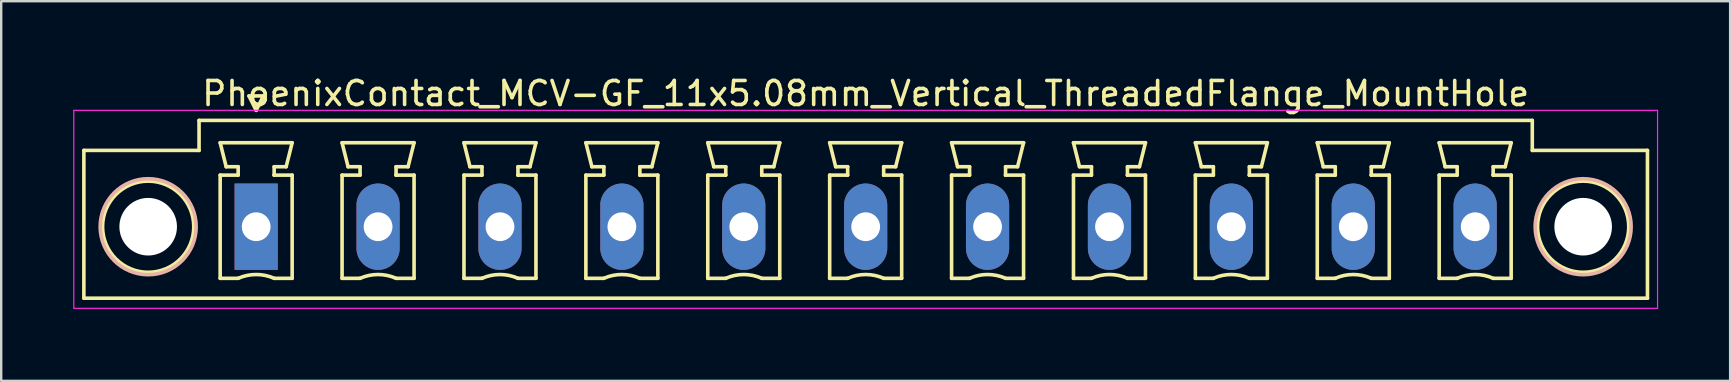
<source format=kicad_pcb>
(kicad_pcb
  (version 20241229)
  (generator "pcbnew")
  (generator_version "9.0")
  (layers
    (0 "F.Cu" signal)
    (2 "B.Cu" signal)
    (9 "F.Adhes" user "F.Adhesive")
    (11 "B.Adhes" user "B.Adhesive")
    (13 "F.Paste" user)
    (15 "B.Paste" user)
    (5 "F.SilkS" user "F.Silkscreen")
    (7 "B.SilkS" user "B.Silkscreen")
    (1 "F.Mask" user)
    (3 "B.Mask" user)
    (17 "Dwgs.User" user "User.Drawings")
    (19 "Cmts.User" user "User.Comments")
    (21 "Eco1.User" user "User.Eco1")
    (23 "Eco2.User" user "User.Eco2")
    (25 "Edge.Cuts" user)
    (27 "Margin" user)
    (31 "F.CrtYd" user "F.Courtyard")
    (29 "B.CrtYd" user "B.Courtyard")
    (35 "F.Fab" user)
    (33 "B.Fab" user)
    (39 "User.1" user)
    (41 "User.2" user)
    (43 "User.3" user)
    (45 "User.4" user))
  (footprint "PhoenixContact_MCV-GF_11x5.08mm_Vertical_ThreadedFlange_MountHole"
    (layer "F.Cu")
    (at 7.625 6.398)
    (property "Reference" "PhoenixContact_MCV-GF_11x5.08mm_Vertical_ThreadedFlange_MountHole" (at 25.4 -5.55 0) (layer "F.SilkS") (effects (font (size 1 1) (thickness 0.15))))
    (attr through_hole)
    (fp_line (start -7.18 -3.18) (end -7.18 2.98) (stroke (width 0.15) (type solid)) (layer "F.SilkS"))
    (fp_line (start -7.18 2.98) (end 57.98 2.98) (stroke (width 0.15) (type solid)) (layer "F.SilkS"))
    (fp_line (start -2.38 -4.43) (end -2.38 -3.18) (stroke (width 0.15) (type solid)) (layer "F.SilkS"))
    (fp_line (start -2.38 -3.18) (end -7.18 -3.18) (stroke (width 0.15) (type solid)) (layer "F.SilkS"))
    (fp_line (start -1.5 -3.5) (end 1.5 -3.5) (stroke (width 0.15) (type solid)) (layer "F.SilkS"))
    (fp_line (start -1.5 -2.15) (end -0.75 -2.15) (stroke (width 0.15) (type solid)) (layer "F.SilkS"))
    (fp_line (start -1.5 2.15) (end -1.5 -2.15) (stroke (width 0.15) (type solid)) (layer "F.SilkS"))
    (fp_line (start -1.25 -2.5) (end -1.5 -3.5) (stroke (width 0.15) (type solid)) (layer "F.SilkS"))
    (fp_line (start -0.75 -2.5) (end -1.25 -2.5) (stroke (width 0.15) (type solid)) (layer "F.SilkS"))
    (fp_line (start -0.75 -2.15) (end -0.75 -2.5) (stroke (width 0.15) (type solid)) (layer "F.SilkS"))
    (fp_line (start -0.75 2.15) (end -1.5 2.15) (stroke (width 0.15) (type solid)) (layer "F.SilkS"))
    (fp_line (start -0.3 -5.45) (end 0 -4.85) (stroke (width 0.15) (type solid)) (layer "F.SilkS"))
    (fp_line (start 0 -4.85) (end 0.3 -5.45) (stroke (width 0.15) (type solid)) (layer "F.SilkS"))
    (fp_line (start 0.3 -5.45) (end -0.3 -5.45) (stroke (width 0.15) (type solid)) (layer "F.SilkS"))
    (fp_line (start 0.75 -2.5) (end 0.75 -2.15) (stroke (width 0.15) (type solid)) (layer "F.SilkS"))
    (fp_line (start 0.75 -2.15) (end 0.75 -2.15) (stroke (width 0.15) (type solid)) (layer "F.SilkS"))
    (fp_line (start 0.75 -2.15) (end 1.5 -2.15) (stroke (width 0.15) (type solid)) (layer "F.SilkS"))
    (fp_line (start 1.25 -2.5) (end 0.75 -2.5) (stroke (width 0.15) (type solid)) (layer "F.SilkS"))
    (fp_line (start 1.5 -3.5) (end 1.25 -2.5) (stroke (width 0.15) (type solid)) (layer "F.SilkS"))
    (fp_line (start 1.5 -2.15) (end 1.5 2.15) (stroke (width 0.15) (type solid)) (layer "F.SilkS"))
    (fp_line (start 1.5 2.15) (end 0.75 2.15) (stroke (width 0.15) (type solid)) (layer "F.SilkS"))
    (fp_line (start 3.58 -3.5) (end 6.58 -3.5) (stroke (width 0.15) (type solid)) (layer "F.SilkS"))
    (fp_line (start 3.58 -2.15) (end 4.33 -2.15) (stroke (width 0.15) (type solid)) (layer "F.SilkS"))
    (fp_line (start 3.58 2.15) (end 3.58 -2.15) (stroke (width 0.15) (type solid)) (layer "F.SilkS"))
    (fp_line (start 3.83 -2.5) (end 3.58 -3.5) (stroke (width 0.15) (type solid)) (layer "F.SilkS"))
    (fp_line (start 4.33 -2.5) (end 3.83 -2.5) (stroke (width 0.15) (type solid)) (layer "F.SilkS"))
    (fp_line (start 4.33 -2.15) (end 4.33 -2.5) (stroke (width 0.15) (type solid)) (layer "F.SilkS"))
    (fp_line (start 4.33 2.15) (end 3.58 2.15) (stroke (width 0.15) (type solid)) (layer "F.SilkS"))
    (fp_line (start 5.83 -2.5) (end 5.83 -2.15) (stroke (width 0.15) (type solid)) (layer "F.SilkS"))
    (fp_line (start 5.83 -2.15) (end 5.83 -2.15) (stroke (width 0.15) (type solid)) (layer "F.SilkS"))
    (fp_line (start 5.83 -2.15) (end 6.58 -2.15) (stroke (width 0.15) (type solid)) (layer "F.SilkS"))
    (fp_line (start 6.33 -2.5) (end 5.83 -2.5) (stroke (width 0.15) (type solid)) (layer "F.SilkS"))
    (fp_line (start 6.58 -3.5) (end 6.33 -2.5) (stroke (width 0.15) (type solid)) (layer "F.SilkS"))
    (fp_line (start 6.58 -2.15) (end 6.58 2.15) (stroke (width 0.15) (type solid)) (layer "F.SilkS"))
    (fp_line (start 6.58 2.15) (end 5.83 2.15) (stroke (width 0.15) (type solid)) (layer "F.SilkS"))
    (fp_line (start 8.66 -3.5) (end 11.66 -3.5) (stroke (width 0.15) (type solid)) (layer "F.SilkS"))
    (fp_line (start 8.66 -2.15) (end 9.41 -2.15) (stroke (width 0.15) (type solid)) (layer "F.SilkS"))
    (fp_line (start 8.66 2.15) (end 8.66 -2.15) (stroke (width 0.15) (type solid)) (layer "F.SilkS"))
    (fp_line (start 8.91 -2.5) (end 8.66 -3.5) (stroke (width 0.15) (type solid)) (layer "F.SilkS"))
    (fp_line (start 9.41 -2.5) (end 8.91 -2.5) (stroke (width 0.15) (type solid)) (layer "F.SilkS"))
    (fp_line (start 9.41 -2.15) (end 9.41 -2.5) (stroke (width 0.15) (type solid)) (layer "F.SilkS"))
    (fp_line (start 9.41 2.15) (end 8.66 2.15) (stroke (width 0.15) (type solid)) (layer "F.SilkS"))
    (fp_line (start 10.91 -2.5) (end 10.91 -2.15) (stroke (width 0.15) (type solid)) (layer "F.SilkS"))
    (fp_line (start 10.91 -2.15) (end 10.91 -2.15) (stroke (width 0.15) (type solid)) (layer "F.SilkS"))
    (fp_line (start 10.91 -2.15) (end 11.66 -2.15) (stroke (width 0.15) (type solid)) (layer "F.SilkS"))
    (fp_line (start 11.41 -2.5) (end 10.91 -2.5) (stroke (width 0.15) (type solid)) (layer "F.SilkS"))
    (fp_line (start 11.66 -3.5) (end 11.41 -2.5) (stroke (width 0.15) (type solid)) (layer "F.SilkS"))
    (fp_line (start 11.66 -2.15) (end 11.66 2.15) (stroke (width 0.15) (type solid)) (layer "F.SilkS"))
    (fp_line (start 11.66 2.15) (end 10.91 2.15) (stroke (width 0.15) (type solid)) (layer "F.SilkS"))
    (fp_line (start 13.74 -3.5) (end 16.74 -3.5) (stroke (width 0.15) (type solid)) (layer "F.SilkS"))
    (fp_line (start 13.74 -2.15) (end 14.49 -2.15) (stroke (width 0.15) (type solid)) (layer "F.SilkS"))
    (fp_line (start 13.74 2.15) (end 13.74 -2.15) (stroke (width 0.15) (type solid)) (layer "F.SilkS"))
    (fp_line (start 13.99 -2.5) (end 13.74 -3.5) (stroke (width 0.15) (type solid)) (layer "F.SilkS"))
    (fp_line (start 14.49 -2.5) (end 13.99 -2.5) (stroke (width 0.15) (type solid)) (layer "F.SilkS"))
    (fp_line (start 14.49 -2.15) (end 14.49 -2.5) (stroke (width 0.15) (type solid)) (layer "F.SilkS"))
    (fp_line (start 14.49 2.15) (end 13.74 2.15) (stroke (width 0.15) (type solid)) (layer "F.SilkS"))
    (fp_line (start 15.99 -2.5) (end 15.99 -2.15) (stroke (width 0.15) (type solid)) (layer "F.SilkS"))
    (fp_line (start 15.99 -2.15) (end 15.99 -2.15) (stroke (width 0.15) (type solid)) (layer "F.SilkS"))
    (fp_line (start 15.99 -2.15) (end 16.74 -2.15) (stroke (width 0.15) (type solid)) (layer "F.SilkS"))
    (fp_line (start 16.49 -2.5) (end 15.99 -2.5) (stroke (width 0.15) (type solid)) (layer "F.SilkS"))
    (fp_line (start 16.74 -3.5) (end 16.49 -2.5) (stroke (width 0.15) (type solid)) (layer "F.SilkS"))
    (fp_line (start 16.74 -2.15) (end 16.74 2.15) (stroke (width 0.15) (type solid)) (layer "F.SilkS"))
    (fp_line (start 16.74 2.15) (end 15.99 2.15) (stroke (width 0.15) (type solid)) (layer "F.SilkS"))
    (fp_line (start 18.82 -3.5) (end 21.82 -3.5) (stroke (width 0.15) (type solid)) (layer "F.SilkS"))
    (fp_line (start 18.82 -2.15) (end 19.57 -2.15) (stroke (width 0.15) (type solid)) (layer "F.SilkS"))
    (fp_line (start 18.82 2.15) (end 18.82 -2.15) (stroke (width 0.15) (type solid)) (layer "F.SilkS"))
    (fp_line (start 19.07 -2.5) (end 18.82 -3.5) (stroke (width 0.15) (type solid)) (layer "F.SilkS"))
    (fp_line (start 19.57 -2.5) (end 19.07 -2.5) (stroke (width 0.15) (type solid)) (layer "F.SilkS"))
    (fp_line (start 19.57 -2.15) (end 19.57 -2.5) (stroke (width 0.15) (type solid)) (layer "F.SilkS"))
    (fp_line (start 19.57 2.15) (end 18.82 2.15) (stroke (width 0.15) (type solid)) (layer "F.SilkS"))
    (fp_line (start 21.07 -2.5) (end 21.07 -2.15) (stroke (width 0.15) (type solid)) (layer "F.SilkS"))
    (fp_line (start 21.07 -2.15) (end 21.07 -2.15) (stroke (width 0.15) (type solid)) (layer "F.SilkS"))
    (fp_line (start 21.07 -2.15) (end 21.82 -2.15) (stroke (width 0.15) (type solid)) (layer "F.SilkS"))
    (fp_line (start 21.57 -2.5) (end 21.07 -2.5) (stroke (width 0.15) (type solid)) (layer "F.SilkS"))
    (fp_line (start 21.82 -3.5) (end 21.57 -2.5) (stroke (width 0.15) (type solid)) (layer "F.SilkS"))
    (fp_line (start 21.82 -2.15) (end 21.82 2.15) (stroke (width 0.15) (type solid)) (layer "F.SilkS"))
    (fp_line (start 21.82 2.15) (end 21.07 2.15) (stroke (width 0.15) (type solid)) (layer "F.SilkS"))
    (fp_line (start 23.9 -3.5) (end 26.9 -3.5) (stroke (width 0.15) (type solid)) (layer "F.SilkS"))
    (fp_line (start 23.9 -2.15) (end 24.65 -2.15) (stroke (width 0.15) (type solid)) (layer "F.SilkS"))
    (fp_line (start 23.9 2.15) (end 23.9 -2.15) (stroke (width 0.15) (type solid)) (layer "F.SilkS"))
    (fp_line (start 24.15 -2.5) (end 23.9 -3.5) (stroke (width 0.15) (type solid)) (layer "F.SilkS"))
    (fp_line (start 24.65 -2.5) (end 24.15 -2.5) (stroke (width 0.15) (type solid)) (layer "F.SilkS"))
    (fp_line (start 24.65 -2.15) (end 24.65 -2.5) (stroke (width 0.15) (type solid)) (layer "F.SilkS"))
    (fp_line (start 24.65 2.15) (end 23.9 2.15) (stroke (width 0.15) (type solid)) (layer "F.SilkS"))
    (fp_line (start 26.15 -2.5) (end 26.15 -2.15) (stroke (width 0.15) (type solid)) (layer "F.SilkS"))
    (fp_line (start 26.15 -2.15) (end 26.15 -2.15) (stroke (width 0.15) (type solid)) (layer "F.SilkS"))
    (fp_line (start 26.15 -2.15) (end 26.9 -2.15) (stroke (width 0.15) (type solid)) (layer "F.SilkS"))
    (fp_line (start 26.65 -2.5) (end 26.15 -2.5) (stroke (width 0.15) (type solid)) (layer "F.SilkS"))
    (fp_line (start 26.9 -3.5) (end 26.65 -2.5) (stroke (width 0.15) (type solid)) (layer "F.SilkS"))
    (fp_line (start 26.9 -2.15) (end 26.9 2.15) (stroke (width 0.15) (type solid)) (layer "F.SilkS"))
    (fp_line (start 26.9 2.15) (end 26.15 2.15) (stroke (width 0.15) (type solid)) (layer "F.SilkS"))
    (fp_line (start 28.98 -3.5) (end 31.98 -3.5) (stroke (width 0.15) (type solid)) (layer "F.SilkS"))
    (fp_line (start 28.98 -2.15) (end 29.73 -2.15) (stroke (width 0.15) (type solid)) (layer "F.SilkS"))
    (fp_line (start 28.98 2.15) (end 28.98 -2.15) (stroke (width 0.15) (type solid)) (layer "F.SilkS"))
    (fp_line (start 29.23 -2.5) (end 28.98 -3.5) (stroke (width 0.15) (type solid)) (layer "F.SilkS"))
    (fp_line (start 29.73 -2.5) (end 29.23 -2.5) (stroke (width 0.15) (type solid)) (layer "F.SilkS"))
    (fp_line (start 29.73 -2.15) (end 29.73 -2.5) (stroke (width 0.15) (type solid)) (layer "F.SilkS"))
    (fp_line (start 29.73 2.15) (end 28.98 2.15) (stroke (width 0.15) (type solid)) (layer "F.SilkS"))
    (fp_line (start 31.23 -2.5) (end 31.23 -2.15) (stroke (width 0.15) (type solid)) (layer "F.SilkS"))
    (fp_line (start 31.23 -2.15) (end 31.23 -2.15) (stroke (width 0.15) (type solid)) (layer "F.SilkS"))
    (fp_line (start 31.23 -2.15) (end 31.98 -2.15) (stroke (width 0.15) (type solid)) (layer "F.SilkS"))
    (fp_line (start 31.73 -2.5) (end 31.23 -2.5) (stroke (width 0.15) (type solid)) (layer "F.SilkS"))
    (fp_line (start 31.98 -3.5) (end 31.73 -2.5) (stroke (width 0.15) (type solid)) (layer "F.SilkS"))
    (fp_line (start 31.98 -2.15) (end 31.98 2.15) (stroke (width 0.15) (type solid)) (layer "F.SilkS"))
    (fp_line (start 31.98 2.15) (end 31.23 2.15) (stroke (width 0.15) (type solid)) (layer "F.SilkS"))
    (fp_line (start 34.06 -3.5) (end 37.06 -3.5) (stroke (width 0.15) (type solid)) (layer "F.SilkS"))
    (fp_line (start 34.06 -2.15) (end 34.81 -2.15) (stroke (width 0.15) (type solid)) (layer "F.SilkS"))
    (fp_line (start 34.06 2.15) (end 34.06 -2.15) (stroke (width 0.15) (type solid)) (layer "F.SilkS"))
    (fp_line (start 34.31 -2.5) (end 34.06 -3.5) (stroke (width 0.15) (type solid)) (layer "F.SilkS"))
    (fp_line (start 34.81 -2.5) (end 34.31 -2.5) (stroke (width 0.15) (type solid)) (layer "F.SilkS"))
    (fp_line (start 34.81 -2.15) (end 34.81 -2.5) (stroke (width 0.15) (type solid)) (layer "F.SilkS"))
    (fp_line (start 34.81 2.15) (end 34.06 2.15) (stroke (width 0.15) (type solid)) (layer "F.SilkS"))
    (fp_line (start 36.31 -2.5) (end 36.31 -2.15) (stroke (width 0.15) (type solid)) (layer "F.SilkS"))
    (fp_line (start 36.31 -2.15) (end 36.31 -2.15) (stroke (width 0.15) (type solid)) (layer "F.SilkS"))
    (fp_line (start 36.31 -2.15) (end 37.06 -2.15) (stroke (width 0.15) (type solid)) (layer "F.SilkS"))
    (fp_line (start 36.81 -2.5) (end 36.31 -2.5) (stroke (width 0.15) (type solid)) (layer "F.SilkS"))
    (fp_line (start 37.06 -3.5) (end 36.81 -2.5) (stroke (width 0.15) (type solid)) (layer "F.SilkS"))
    (fp_line (start 37.06 -2.15) (end 37.06 2.15) (stroke (width 0.15) (type solid)) (layer "F.SilkS"))
    (fp_line (start 37.06 2.15) (end 36.31 2.15) (stroke (width 0.15) (type solid)) (layer "F.SilkS"))
    (fp_line (start 39.14 -3.5) (end 42.14 -3.5) (stroke (width 0.15) (type solid)) (layer "F.SilkS"))
    (fp_line (start 39.14 -2.15) (end 39.89 -2.15) (stroke (width 0.15) (type solid)) (layer "F.SilkS"))
    (fp_line (start 39.14 2.15) (end 39.14 -2.15) (stroke (width 0.15) (type solid)) (layer "F.SilkS"))
    (fp_line (start 39.39 -2.5) (end 39.14 -3.5) (stroke (width 0.15) (type solid)) (layer "F.SilkS"))
    (fp_line (start 39.89 -2.5) (end 39.39 -2.5) (stroke (width 0.15) (type solid)) (layer "F.SilkS"))
    (fp_line (start 39.89 -2.15) (end 39.89 -2.5) (stroke (width 0.15) (type solid)) (layer "F.SilkS"))
    (fp_line (start 39.89 2.15) (end 39.14 2.15) (stroke (width 0.15) (type solid)) (layer "F.SilkS"))
    (fp_line (start 41.39 -2.5) (end 41.39 -2.15) (stroke (width 0.15) (type solid)) (layer "F.SilkS"))
    (fp_line (start 41.39 -2.15) (end 41.39 -2.15) (stroke (width 0.15) (type solid)) (layer "F.SilkS"))
    (fp_line (start 41.39 -2.15) (end 42.14 -2.15) (stroke (width 0.15) (type solid)) (layer "F.SilkS"))
    (fp_line (start 41.89 -2.5) (end 41.39 -2.5) (stroke (width 0.15) (type solid)) (layer "F.SilkS"))
    (fp_line (start 42.14 -3.5) (end 41.89 -2.5) (stroke (width 0.15) (type solid)) (layer "F.SilkS"))
    (fp_line (start 42.14 -2.15) (end 42.14 2.15) (stroke (width 0.15) (type solid)) (layer "F.SilkS"))
    (fp_line (start 42.14 2.15) (end 41.39 2.15) (stroke (width 0.15) (type solid)) (layer "F.SilkS"))
    (fp_line (start 44.22 -3.5) (end 47.22 -3.5) (stroke (width 0.15) (type solid)) (layer "F.SilkS"))
    (fp_line (start 44.22 -2.15) (end 44.97 -2.15) (stroke (width 0.15) (type solid)) (layer "F.SilkS"))
    (fp_line (start 44.22 2.15) (end 44.22 -2.15) (stroke (width 0.15) (type solid)) (layer "F.SilkS"))
    (fp_line (start 44.47 -2.5) (end 44.22 -3.5) (stroke (width 0.15) (type solid)) (layer "F.SilkS"))
    (fp_line (start 44.97 -2.5) (end 44.47 -2.5) (stroke (width 0.15) (type solid)) (layer "F.SilkS"))
    (fp_line (start 44.97 -2.15) (end 44.97 -2.5) (stroke (width 0.15) (type solid)) (layer "F.SilkS"))
    (fp_line (start 44.97 2.15) (end 44.22 2.15) (stroke (width 0.15) (type solid)) (layer "F.SilkS"))
    (fp_line (start 46.47 -2.5) (end 46.47 -2.15) (stroke (width 0.15) (type solid)) (layer "F.SilkS"))
    (fp_line (start 46.47 -2.15) (end 46.47 -2.15) (stroke (width 0.15) (type solid)) (layer "F.SilkS"))
    (fp_line (start 46.47 -2.15) (end 47.22 -2.15) (stroke (width 0.15) (type solid)) (layer "F.SilkS"))
    (fp_line (start 46.97 -2.5) (end 46.47 -2.5) (stroke (width 0.15) (type solid)) (layer "F.SilkS"))
    (fp_line (start 47.22 -3.5) (end 46.97 -2.5) (stroke (width 0.15) (type solid)) (layer "F.SilkS"))
    (fp_line (start 47.22 -2.15) (end 47.22 2.15) (stroke (width 0.15) (type solid)) (layer "F.SilkS"))
    (fp_line (start 47.22 2.15) (end 46.47 2.15) (stroke (width 0.15) (type solid)) (layer "F.SilkS"))
    (fp_line (start 49.3 -3.5) (end 52.3 -3.5) (stroke (width 0.15) (type solid)) (layer "F.SilkS"))
    (fp_line (start 49.3 -2.15) (end 50.05 -2.15) (stroke (width 0.15) (type solid)) (layer "F.SilkS"))
    (fp_line (start 49.3 2.15) (end 49.3 -2.15) (stroke (width 0.15) (type solid)) (layer "F.SilkS"))
    (fp_line (start 49.55 -2.5) (end 49.3 -3.5) (stroke (width 0.15) (type solid)) (layer "F.SilkS"))
    (fp_line (start 50.05 -2.5) (end 49.55 -2.5) (stroke (width 0.15) (type solid)) (layer "F.SilkS"))
    (fp_line (start 50.05 -2.15) (end 50.05 -2.5) (stroke (width 0.15) (type solid)) (layer "F.SilkS"))
    (fp_line (start 50.05 2.15) (end 49.3 2.15) (stroke (width 0.15) (type solid)) (layer "F.SilkS"))
    (fp_line (start 51.55 -2.5) (end 51.55 -2.15) (stroke (width 0.15) (type solid)) (layer "F.SilkS"))
    (fp_line (start 51.55 -2.15) (end 51.55 -2.15) (stroke (width 0.15) (type solid)) (layer "F.SilkS"))
    (fp_line (start 51.55 -2.15) (end 52.3 -2.15) (stroke (width 0.15) (type solid)) (layer "F.SilkS"))
    (fp_line (start 52.05 -2.5) (end 51.55 -2.5) (stroke (width 0.15) (type solid)) (layer "F.SilkS"))
    (fp_line (start 52.3 -3.5) (end 52.05 -2.5) (stroke (width 0.15) (type solid)) (layer "F.SilkS"))
    (fp_line (start 52.3 -2.15) (end 52.3 2.15) (stroke (width 0.15) (type solid)) (layer "F.SilkS"))
    (fp_line (start 52.3 2.15) (end 51.55 2.15) (stroke (width 0.15) (type solid)) (layer "F.SilkS"))
    (fp_line (start 53.18 -4.43) (end -2.38 -4.43) (stroke (width 0.15) (type solid)) (layer "F.SilkS"))
    (fp_line (start 53.18 -3.18) (end 53.18 -4.43) (stroke (width 0.15) (type solid)) (layer "F.SilkS"))
    (fp_line (start 57.98 -3.18) (end 53.18 -3.18) (stroke (width 0.15) (type solid)) (layer "F.SilkS"))
    (fp_line (start 57.98 2.98) (end 57.98 -3.18) (stroke (width 0.15) (type solid)) (layer "F.SilkS"))
    (fp_arc (start -0.75 2.15) (mid -0.000193 1.99191) (end 0.749647 2.149844) (stroke (width 0.15) (type solid)) (layer "F.SilkS"))
    (fp_arc (start 4.33 2.15) (mid 5.079807 1.99191) (end 5.829647 2.149844) (stroke (width 0.15) (type solid)) (layer "F.SilkS"))
    (fp_arc (start 9.41 2.15) (mid 10.159807 1.99191) (end 10.909647 2.149844) (stroke (width 0.15) (type solid)) (layer "F.SilkS"))
    (fp_arc (start 14.49 2.15) (mid 15.239807 1.99191) (end 15.989647 2.149844) (stroke (width 0.15) (type solid)) (layer "F.SilkS"))
    (fp_arc (start 19.57 2.15) (mid 20.319807 1.99191) (end 21.069647 2.149844) (stroke (width 0.15) (type solid)) (layer "F.SilkS"))
    (fp_arc (start 24.65 2.15) (mid 25.399807 1.99191) (end 26.149647 2.149844) (stroke (width 0.15) (type solid)) (layer "F.SilkS"))
    (fp_arc (start 29.73 2.15) (mid 30.479807 1.99191) (end 31.229647 2.149844) (stroke (width 0.15) (type solid)) (layer "F.SilkS"))
    (fp_arc (start 34.81 2.15) (mid 35.559807 1.99191) (end 36.309647 2.149844) (stroke (width 0.15) (type solid)) (layer "F.SilkS"))
    (fp_arc (start 39.89 2.15) (mid 40.639807 1.99191) (end 41.389647 2.149844) (stroke (width 0.15) (type solid)) (layer "F.SilkS"))
    (fp_arc (start 44.97 2.15) (mid 45.719807 1.99191) (end 46.469647 2.149844) (stroke (width 0.15) (type solid)) (layer "F.SilkS"))
    (fp_arc (start 50.05 2.15) (mid 50.799807 1.99191) (end 51.549647 2.149844) (stroke (width 0.15) (type solid)) (layer "F.SilkS"))
    (fp_circle (center -4.5 0) (end -2.6 0) (stroke (width 0.15) (type solid)) (fill no) (layer "F.SilkS"))
    (fp_circle (center 55.3 0) (end 57.2 0) (stroke (width 0.15) (type solid)) (fill no) (layer "F.SilkS"))
    (fp_circle (center -4.5 0) (end -2.5 0) (stroke (width 0.15) (type solid)) (fill no) (layer "B.SilkS"))
    (fp_circle (center 55.3 0) (end 57.3 0) (stroke (width 0.15) (type solid)) (fill no) (layer "B.SilkS"))
    (fp_line (start -7.6 -4.85) (end -7.6 3.4) (stroke (width 0.05) (type solid)) (layer "F.CrtYd"))
    (fp_line (start -7.6 3.4) (end 58.4 3.4) (stroke (width 0.05) (type solid)) (layer "F.CrtYd"))
    (fp_line (start 58.4 -4.85) (end -7.6 -4.85) (stroke (width 0.05) (type solid)) (layer "F.CrtYd"))
    (fp_line (start 58.4 3.4) (end 58.4 -4.85) (stroke (width 0.05) (type solid)) (layer "F.CrtYd"))
    (pad "" np_thru_hole circle (at -4.5 0) (size 2.4 2.4) (drill 2.4) (layers "*.Cu" "*.Mask"))
    (pad "" np_thru_hole circle (at 55.3 0) (size 2.4 2.4) (drill 2.4) (layers "*.Cu" "*.Mask"))
    (pad "1" thru_hole rect (at 0 0) (size 1.8 3.6) (drill 1.2) (layers "*.Cu" "*.Mask"))
    (pad "2" thru_hole oval (at 5.08 0) (size 1.8 3.6) (drill 1.2) (layers "*.Cu" "*.Mask"))
    (pad "3" thru_hole oval (at 10.16 0) (size 1.8 3.6) (drill 1.2) (layers "*.Cu" "*.Mask"))
    (pad "4" thru_hole oval (at 15.24 0) (size 1.8 3.6) (drill 1.2) (layers "*.Cu" "*.Mask"))
    (pad "5" thru_hole oval (at 20.32 0) (size 1.8 3.6) (drill 1.2) (layers "*.Cu" "*.Mask"))
    (pad "6" thru_hole oval (at 25.4 0) (size 1.8 3.6) (drill 1.2) (layers "*.Cu" "*.Mask"))
    (pad "7" thru_hole oval (at 30.48 0) (size 1.8 3.6) (drill 1.2) (layers "*.Cu" "*.Mask"))
    (pad "8" thru_hole oval (at 35.56 0) (size 1.8 3.6) (drill 1.2) (layers "*.Cu" "*.Mask"))
    (pad "9" thru_hole oval (at 40.64 0) (size 1.8 3.6) (drill 1.2) (layers "*.Cu" "*.Mask"))
    (pad "10" thru_hole oval (at 45.72 0) (size 1.8 3.6) (drill 1.2) (layers "*.Cu" "*.Mask"))
    (pad "11" thru_hole oval (at 50.8 0) (size 1.8 3.6) (drill 1.2) (layers "*.Cu" "*.Mask")))
  (gr_rect
    (start -3 -3)
    (end 69.05 12.823)
    (stroke (width 0.1) (type default))
    (fill no)
    (layer "Edge.Cuts")))
</source>
